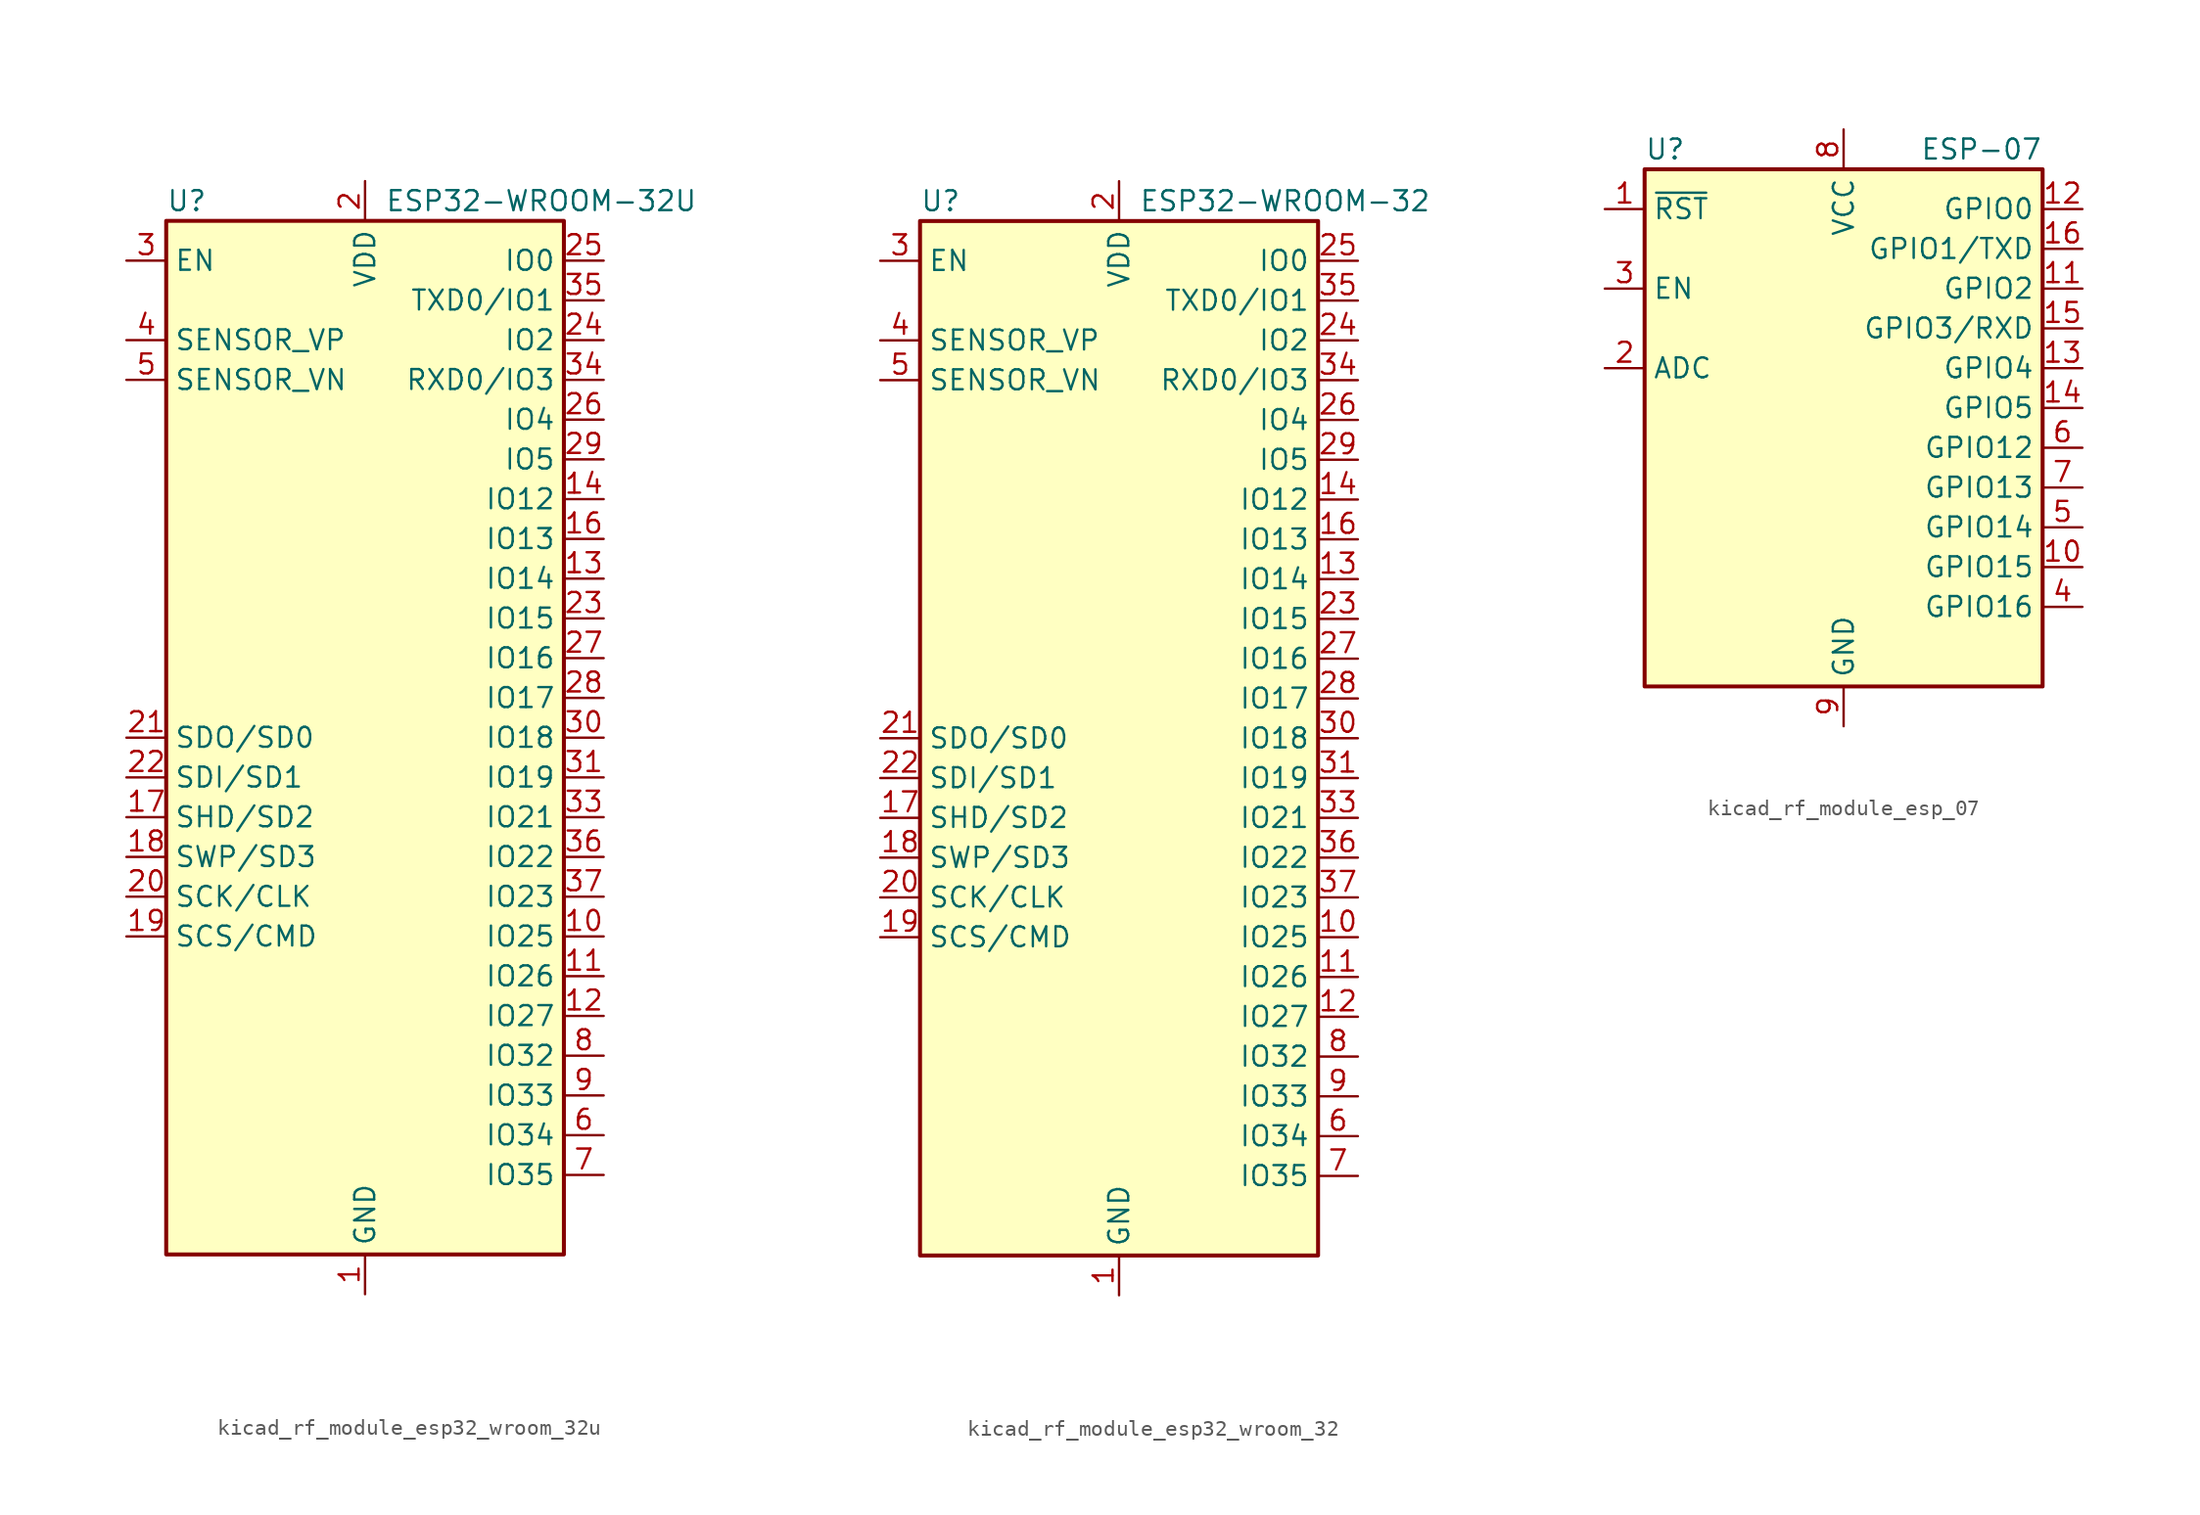
<source format=kicad_sym>
(kicad_symbol_lib
  (version 20220914)
  (generator kicad_symbol_editor)
  (symbol "kicad_rf_module_esp32_wroom_32u"
    (property "Reference" "U"
      (at -12.7 34.29 0)
      (effects (font (size 1.27 1.27)) (justify left)))
    (property "Value" "ESP32-WROOM-32U"
      (at 1.27 34.29 0)
      (effects (font (size 1.27 1.27)) (justify left)))
    (symbol "kicad_rf_module_esp32_wroom_32u_0_1"
      (rectangle (start -12.7 33.02) (end 12.7 -33.02) (stroke (width 0.254) (type default)) (fill (type background))))
    (symbol "kicad_rf_module_esp32_wroom_32u_1_1"
      (pin power_in line (at 0 -35.56 90) (length 2.54) (name "GND" (effects (font (size 1.27 1.27)))) (number "1" (effects (font (size 1.27 1.27)))))
      (pin bidirectional line (at 15.24 -12.7 180) (length 2.54) (name "IO25" (effects (font (size 1.27 1.27)))) (number "10" (effects (font (size 1.27 1.27)))))
      (pin bidirectional line (at 15.24 -15.24 180) (length 2.54) (name "IO26" (effects (font (size 1.27 1.27)))) (number "11" (effects (font (size 1.27 1.27)))))
      (pin bidirectional line (at 15.24 -17.78 180) (length 2.54) (name "IO27" (effects (font (size 1.27 1.27)))) (number "12" (effects (font (size 1.27 1.27)))))
      (pin bidirectional line (at 15.24 10.16 180) (length 2.54) (name "IO14" (effects (font (size 1.27 1.27)))) (number "13" (effects (font (size 1.27 1.27)))))
      (pin bidirectional line (at 15.24 15.24 180) (length 2.54) (name "IO12" (effects (font (size 1.27 1.27)))) (number "14" (effects (font (size 1.27 1.27)))))
      (pin passive line (at 0 -35.56 90) (length 2.54) hide (name "GND" (effects (font (size 1.27 1.27)))) (number "15" (effects (font (size 1.27 1.27)))))
      (pin bidirectional line (at 15.24 12.7 180) (length 2.54) (name "IO13" (effects (font (size 1.27 1.27)))) (number "16" (effects (font (size 1.27 1.27)))))
      (pin bidirectional line (at -15.24 -5.08 0) (length 2.54) (name "SHD/SD2" (effects (font (size 1.27 1.27)))) (number "17" (effects (font (size 1.27 1.27)))))
      (pin bidirectional line (at -15.24 -7.62 0) (length 2.54) (name "SWP/SD3" (effects (font (size 1.27 1.27)))) (number "18" (effects (font (size 1.27 1.27)))))
      (pin bidirectional line (at -15.24 -12.7 0) (length 2.54) (name "SCS/CMD" (effects (font (size 1.27 1.27)))) (number "19" (effects (font (size 1.27 1.27)))))
      (pin power_in line (at 0 35.56 270) (length 2.54) (name "VDD" (effects (font (size 1.27 1.27)))) (number "2" (effects (font (size 1.27 1.27)))))
      (pin bidirectional line (at -15.24 -10.16 0) (length 2.54) (name "SCK/CLK" (effects (font (size 1.27 1.27)))) (number "20" (effects (font (size 1.27 1.27)))))
      (pin bidirectional line (at -15.24 0 0) (length 2.54) (name "SDO/SD0" (effects (font (size 1.27 1.27)))) (number "21" (effects (font (size 1.27 1.27)))))
      (pin bidirectional line (at -15.24 -2.54 0) (length 2.54) (name "SDI/SD1" (effects (font (size 1.27 1.27)))) (number "22" (effects (font (size 1.27 1.27)))))
      (pin bidirectional line (at 15.24 7.62 180) (length 2.54) (name "IO15" (effects (font (size 1.27 1.27)))) (number "23" (effects (font (size 1.27 1.27)))))
      (pin bidirectional line (at 15.24 25.4 180) (length 2.54) (name "IO2" (effects (font (size 1.27 1.27)))) (number "24" (effects (font (size 1.27 1.27)))))
      (pin bidirectional line (at 15.24 30.48 180) (length 2.54) (name "IO0" (effects (font (size 1.27 1.27)))) (number "25" (effects (font (size 1.27 1.27)))))
      (pin bidirectional line (at 15.24 20.32 180) (length 2.54) (name "IO4" (effects (font (size 1.27 1.27)))) (number "26" (effects (font (size 1.27 1.27)))))
      (pin bidirectional line (at 15.24 5.08 180) (length 2.54) (name "IO16" (effects (font (size 1.27 1.27)))) (number "27" (effects (font (size 1.27 1.27)))))
      (pin bidirectional line (at 15.24 2.54 180) (length 2.54) (name "IO17" (effects (font (size 1.27 1.27)))) (number "28" (effects (font (size 1.27 1.27)))))
      (pin bidirectional line (at 15.24 17.78 180) (length 2.54) (name "IO5" (effects (font (size 1.27 1.27)))) (number "29" (effects (font (size 1.27 1.27)))))
      (pin input line (at -15.24 30.48 0) (length 2.54) (name "EN" (effects (font (size 1.27 1.27)))) (number "3" (effects (font (size 1.27 1.27)))))
      (pin bidirectional line (at 15.24 0 180) (length 2.54) (name "IO18" (effects (font (size 1.27 1.27)))) (number "30" (effects (font (size 1.27 1.27)))))
      (pin bidirectional line (at 15.24 -2.54 180) (length 2.54) (name "IO19" (effects (font (size 1.27 1.27)))) (number "31" (effects (font (size 1.27 1.27)))))
      (pin no_connect line (at -12.7 -27.94 0) (length 2.54) hide (name "NC" (effects (font (size 1.27 1.27)))) (number "32" (effects (font (size 1.27 1.27)))))
      (pin bidirectional line (at 15.24 -5.08 180) (length 2.54) (name "IO21" (effects (font (size 1.27 1.27)))) (number "33" (effects (font (size 1.27 1.27)))))
      (pin bidirectional line (at 15.24 22.86 180) (length 2.54) (name "RXD0/IO3" (effects (font (size 1.27 1.27)))) (number "34" (effects (font (size 1.27 1.27)))))
      (pin bidirectional line (at 15.24 27.94 180) (length 2.54) (name "TXD0/IO1" (effects (font (size 1.27 1.27)))) (number "35" (effects (font (size 1.27 1.27)))))
      (pin bidirectional line (at 15.24 -7.62 180) (length 2.54) (name "IO22" (effects (font (size 1.27 1.27)))) (number "36" (effects (font (size 1.27 1.27)))))
      (pin bidirectional line (at 15.24 -10.16 180) (length 2.54) (name "IO23" (effects (font (size 1.27 1.27)))) (number "37" (effects (font (size 1.27 1.27)))))
      (pin passive line (at 0 -35.56 90) (length 2.54) hide (name "GND" (effects (font (size 1.27 1.27)))) (number "38" (effects (font (size 1.27 1.27)))))
      (pin passive line (at 0 -35.56 90) (length 2.54) hide (name "GND" (effects (font (size 1.27 1.27)))) (number "39" (effects (font (size 1.27 1.27)))))
      (pin input line (at -15.24 25.4 0) (length 2.54) (name "SENSOR_VP" (effects (font (size 1.27 1.27)))) (number "4" (effects (font (size 1.27 1.27)))))
      (pin input line (at -15.24 22.86 0) (length 2.54) (name "SENSOR_VN" (effects (font (size 1.27 1.27)))) (number "5" (effects (font (size 1.27 1.27)))))
      (pin input line (at 15.24 -25.4 180) (length 2.54) (name "IO34" (effects (font (size 1.27 1.27)))) (number "6" (effects (font (size 1.27 1.27)))))
      (pin input line (at 15.24 -27.94 180) (length 2.54) (name "IO35" (effects (font (size 1.27 1.27)))) (number "7" (effects (font (size 1.27 1.27)))))
      (pin bidirectional line (at 15.24 -20.32 180) (length 2.54) (name "IO32" (effects (font (size 1.27 1.27)))) (number "8" (effects (font (size 1.27 1.27)))))
      (pin bidirectional line (at 15.24 -22.86 180) (length 2.54) (name "IO33" (effects (font (size 1.27 1.27)))) (number "9" (effects (font (size 1.27 1.27)))))))
  (symbol "kicad_rf_module_esp32_wroom_32"
    (property "Reference" "U"
      (at -12.7 34.29 0)
      (effects (font (size 1.27 1.27)) (justify left)))
    (property "Value" "ESP32-WROOM-32"
      (at 1.27 34.29 0)
      (effects (font (size 1.27 1.27)) (justify left)))
    (symbol "kicad_rf_module_esp32_wroom_32_0_1"
      (rectangle (start -12.7 33.02) (end 12.7 -33.02) (stroke (width 0.254) (type default)) (fill (type background))))
    (symbol "kicad_rf_module_esp32_wroom_32_1_1"
      (pin power_in line (at 0 -35.56 90) (length 2.54) (name "GND" (effects (font (size 1.27 1.27)))) (number "1" (effects (font (size 1.27 1.27)))))
      (pin bidirectional line (at 15.24 -12.7 180) (length 2.54) (name "IO25" (effects (font (size 1.27 1.27)))) (number "10" (effects (font (size 1.27 1.27)))))
      (pin bidirectional line (at 15.24 -15.24 180) (length 2.54) (name "IO26" (effects (font (size 1.27 1.27)))) (number "11" (effects (font (size 1.27 1.27)))))
      (pin bidirectional line (at 15.24 -17.78 180) (length 2.54) (name "IO27" (effects (font (size 1.27 1.27)))) (number "12" (effects (font (size 1.27 1.27)))))
      (pin bidirectional line (at 15.24 10.16 180) (length 2.54) (name "IO14" (effects (font (size 1.27 1.27)))) (number "13" (effects (font (size 1.27 1.27)))))
      (pin bidirectional line (at 15.24 15.24 180) (length 2.54) (name "IO12" (effects (font (size 1.27 1.27)))) (number "14" (effects (font (size 1.27 1.27)))))
      (pin passive line (at 0 -35.56 90) (length 2.54) hide (name "GND" (effects (font (size 1.27 1.27)))) (number "15" (effects (font (size 1.27 1.27)))))
      (pin bidirectional line (at 15.24 12.7 180) (length 2.54) (name "IO13" (effects (font (size 1.27 1.27)))) (number "16" (effects (font (size 1.27 1.27)))))
      (pin bidirectional line (at -15.24 -5.08 0) (length 2.54) (name "SHD/SD2" (effects (font (size 1.27 1.27)))) (number "17" (effects (font (size 1.27 1.27)))))
      (pin bidirectional line (at -15.24 -7.62 0) (length 2.54) (name "SWP/SD3" (effects (font (size 1.27 1.27)))) (number "18" (effects (font (size 1.27 1.27)))))
      (pin bidirectional line (at -15.24 -12.7 0) (length 2.54) (name "SCS/CMD" (effects (font (size 1.27 1.27)))) (number "19" (effects (font (size 1.27 1.27)))))
      (pin power_in line (at 0 35.56 270) (length 2.54) (name "VDD" (effects (font (size 1.27 1.27)))) (number "2" (effects (font (size 1.27 1.27)))))
      (pin bidirectional line (at -15.24 -10.16 0) (length 2.54) (name "SCK/CLK" (effects (font (size 1.27 1.27)))) (number "20" (effects (font (size 1.27 1.27)))))
      (pin bidirectional line (at -15.24 0 0) (length 2.54) (name "SDO/SD0" (effects (font (size 1.27 1.27)))) (number "21" (effects (font (size 1.27 1.27)))))
      (pin bidirectional line (at -15.24 -2.54 0) (length 2.54) (name "SDI/SD1" (effects (font (size 1.27 1.27)))) (number "22" (effects (font (size 1.27 1.27)))))
      (pin bidirectional line (at 15.24 7.62 180) (length 2.54) (name "IO15" (effects (font (size 1.27 1.27)))) (number "23" (effects (font (size 1.27 1.27)))))
      (pin bidirectional line (at 15.24 25.4 180) (length 2.54) (name "IO2" (effects (font (size 1.27 1.27)))) (number "24" (effects (font (size 1.27 1.27)))))
      (pin bidirectional line (at 15.24 30.48 180) (length 2.54) (name "IO0" (effects (font (size 1.27 1.27)))) (number "25" (effects (font (size 1.27 1.27)))))
      (pin bidirectional line (at 15.24 20.32 180) (length 2.54) (name "IO4" (effects (font (size 1.27 1.27)))) (number "26" (effects (font (size 1.27 1.27)))))
      (pin bidirectional line (at 15.24 5.08 180) (length 2.54) (name "IO16" (effects (font (size 1.27 1.27)))) (number "27" (effects (font (size 1.27 1.27)))))
      (pin bidirectional line (at 15.24 2.54 180) (length 2.54) (name "IO17" (effects (font (size 1.27 1.27)))) (number "28" (effects (font (size 1.27 1.27)))))
      (pin bidirectional line (at 15.24 17.78 180) (length 2.54) (name "IO5" (effects (font (size 1.27 1.27)))) (number "29" (effects (font (size 1.27 1.27)))))
      (pin input line (at -15.24 30.48 0) (length 2.54) (name "EN" (effects (font (size 1.27 1.27)))) (number "3" (effects (font (size 1.27 1.27)))))
      (pin bidirectional line (at 15.24 0 180) (length 2.54) (name "IO18" (effects (font (size 1.27 1.27)))) (number "30" (effects (font (size 1.27 1.27)))))
      (pin bidirectional line (at 15.24 -2.54 180) (length 2.54) (name "IO19" (effects (font (size 1.27 1.27)))) (number "31" (effects (font (size 1.27 1.27)))))
      (pin no_connect line (at -12.7 -27.94 0) (length 2.54) hide (name "NC" (effects (font (size 1.27 1.27)))) (number "32" (effects (font (size 1.27 1.27)))))
      (pin bidirectional line (at 15.24 -5.08 180) (length 2.54) (name "IO21" (effects (font (size 1.27 1.27)))) (number "33" (effects (font (size 1.27 1.27)))))
      (pin bidirectional line (at 15.24 22.86 180) (length 2.54) (name "RXD0/IO3" (effects (font (size 1.27 1.27)))) (number "34" (effects (font (size 1.27 1.27)))))
      (pin bidirectional line (at 15.24 27.94 180) (length 2.54) (name "TXD0/IO1" (effects (font (size 1.27 1.27)))) (number "35" (effects (font (size 1.27 1.27)))))
      (pin bidirectional line (at 15.24 -7.62 180) (length 2.54) (name "IO22" (effects (font (size 1.27 1.27)))) (number "36" (effects (font (size 1.27 1.27)))))
      (pin bidirectional line (at 15.24 -10.16 180) (length 2.54) (name "IO23" (effects (font (size 1.27 1.27)))) (number "37" (effects (font (size 1.27 1.27)))))
      (pin passive line (at 0 -35.56 90) (length 2.54) hide (name "GND" (effects (font (size 1.27 1.27)))) (number "38" (effects (font (size 1.27 1.27)))))
      (pin passive line (at 0 -35.56 90) (length 2.54) hide (name "GND" (effects (font (size 1.27 1.27)))) (number "39" (effects (font (size 1.27 1.27)))))
      (pin input line (at -15.24 25.4 0) (length 2.54) (name "SENSOR_VP" (effects (font (size 1.27 1.27)))) (number "4" (effects (font (size 1.27 1.27)))))
      (pin input line (at -15.24 22.86 0) (length 2.54) (name "SENSOR_VN" (effects (font (size 1.27 1.27)))) (number "5" (effects (font (size 1.27 1.27)))))
      (pin input line (at 15.24 -25.4 180) (length 2.54) (name "IO34" (effects (font (size 1.27 1.27)))) (number "6" (effects (font (size 1.27 1.27)))))
      (pin input line (at 15.24 -27.94 180) (length 2.54) (name "IO35" (effects (font (size 1.27 1.27)))) (number "7" (effects (font (size 1.27 1.27)))))
      (pin bidirectional line (at 15.24 -20.32 180) (length 2.54) (name "IO32" (effects (font (size 1.27 1.27)))) (number "8" (effects (font (size 1.27 1.27)))))
      (pin bidirectional line (at 15.24 -22.86 180) (length 2.54) (name "IO33" (effects (font (size 1.27 1.27)))) (number "9" (effects (font (size 1.27 1.27)))))))
  (symbol "kicad_rf_module_esp_07"
    (property "Reference" "U"
      (at -12.7 19.05 0)
      (effects (font (size 1.27 1.27)) (justify left)))
    (property "Value" "ESP-07"
      (at 12.7 19.05 0)
      (effects (font (size 1.27 1.27)) (justify right)))
    (symbol "kicad_rf_module_esp_07_0_1"
      (rectangle (start -12.7 17.78) (end 12.7 -15.24) (stroke (width 0.254) (type default)) (fill (type background))))
    (symbol "kicad_rf_module_esp_07_1_1"
      (pin input line (at -15.24 15.24 0) (length 2.54) (name "~{RST}" (effects (font (size 1.27 1.27)))) (number "1" (effects (font (size 1.27 1.27)))))
      (pin bidirectional line (at 15.24 -7.62 180) (length 2.54) (name "GPIO15" (effects (font (size 1.27 1.27)))) (number "10" (effects (font (size 1.27 1.27)))))
      (pin bidirectional line (at 15.24 10.16 180) (length 2.54) (name "GPIO2" (effects (font (size 1.27 1.27)))) (number "11" (effects (font (size 1.27 1.27)))))
      (pin bidirectional line (at 15.24 15.24 180) (length 2.54) (name "GPIO0" (effects (font (size 1.27 1.27)))) (number "12" (effects (font (size 1.27 1.27)))))
      (pin bidirectional line (at 15.24 5.08 180) (length 2.54) (name "GPIO4" (effects (font (size 1.27 1.27)))) (number "13" (effects (font (size 1.27 1.27)))))
      (pin bidirectional line (at 15.24 2.54 180) (length 2.54) (name "GPIO5" (effects (font (size 1.27 1.27)))) (number "14" (effects (font (size 1.27 1.27)))))
      (pin bidirectional line (at 15.24 7.62 180) (length 2.54) (name "GPIO3/RXD" (effects (font (size 1.27 1.27)))) (number "15" (effects (font (size 1.27 1.27)))))
      (pin bidirectional line (at 15.24 12.7 180) (length 2.54) (name "GPIO1/TXD" (effects (font (size 1.27 1.27)))) (number "16" (effects (font (size 1.27 1.27)))))
      (pin input line (at -15.24 5.08 0) (length 2.54) (name "ADC" (effects (font (size 1.27 1.27)))) (number "2" (effects (font (size 1.27 1.27)))))
      (pin input line (at -15.24 10.16 0) (length 2.54) (name "EN" (effects (font (size 1.27 1.27)))) (number "3" (effects (font (size 1.27 1.27)))))
      (pin bidirectional line (at 15.24 -10.16 180) (length 2.54) (name "GPIO16" (effects (font (size 1.27 1.27)))) (number "4" (effects (font (size 1.27 1.27)))))
      (pin bidirectional line (at 15.24 -5.08 180) (length 2.54) (name "GPIO14" (effects (font (size 1.27 1.27)))) (number "5" (effects (font (size 1.27 1.27)))))
      (pin bidirectional line (at 15.24 0 180) (length 2.54) (name "GPIO12" (effects (font (size 1.27 1.27)))) (number "6" (effects (font (size 1.27 1.27)))))
      (pin bidirectional line (at 15.24 -2.54 180) (length 2.54) (name "GPIO13" (effects (font (size 1.27 1.27)))) (number "7" (effects (font (size 1.27 1.27)))))
      (pin power_in line (at 0 20.32 270) (length 2.54) (name "VCC" (effects (font (size 1.27 1.27)))) (number "8" (effects (font (size 1.27 1.27)))))
      (pin power_in line (at 0 -17.78 90) (length 2.54) (name "GND" (effects (font (size 1.27 1.27)))) (number "9" (effects (font (size 1.27 1.27))))))))
</source>
